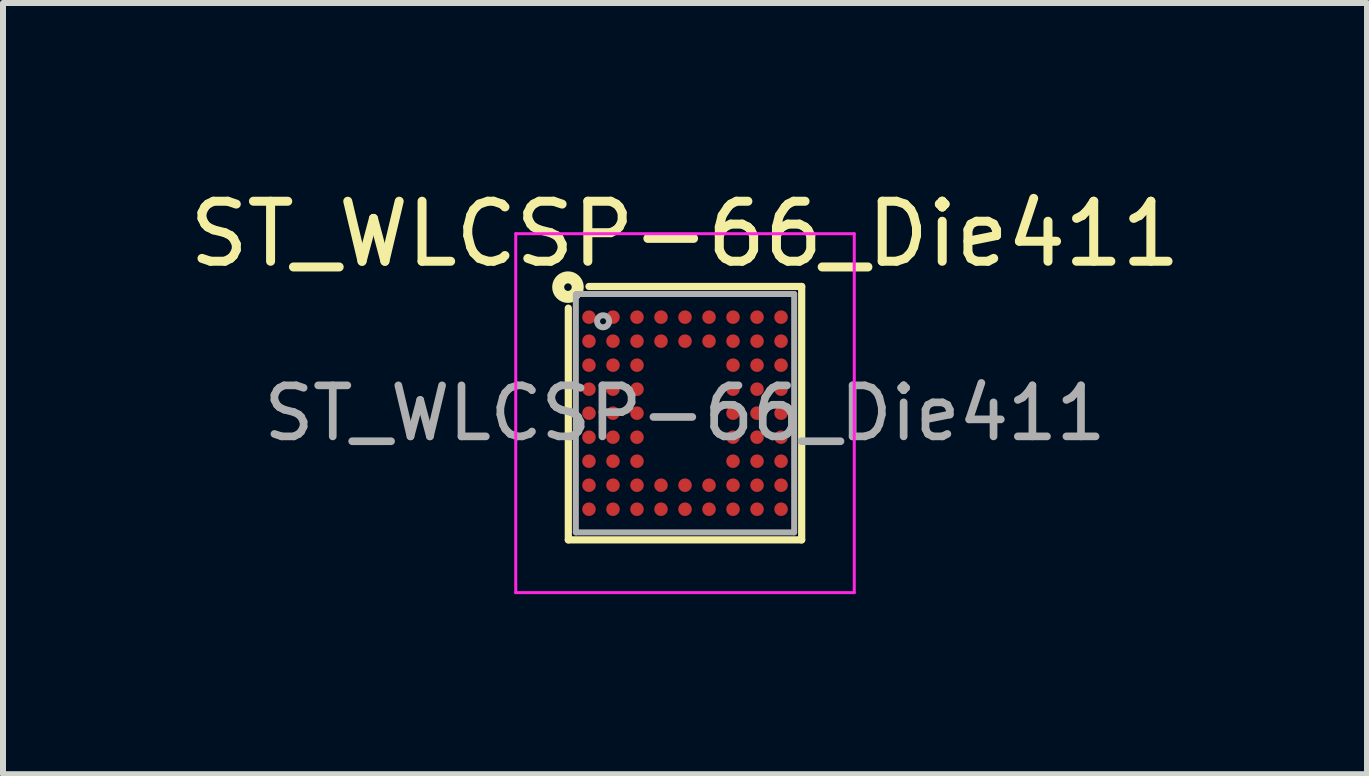
<source format=kicad_pcb>
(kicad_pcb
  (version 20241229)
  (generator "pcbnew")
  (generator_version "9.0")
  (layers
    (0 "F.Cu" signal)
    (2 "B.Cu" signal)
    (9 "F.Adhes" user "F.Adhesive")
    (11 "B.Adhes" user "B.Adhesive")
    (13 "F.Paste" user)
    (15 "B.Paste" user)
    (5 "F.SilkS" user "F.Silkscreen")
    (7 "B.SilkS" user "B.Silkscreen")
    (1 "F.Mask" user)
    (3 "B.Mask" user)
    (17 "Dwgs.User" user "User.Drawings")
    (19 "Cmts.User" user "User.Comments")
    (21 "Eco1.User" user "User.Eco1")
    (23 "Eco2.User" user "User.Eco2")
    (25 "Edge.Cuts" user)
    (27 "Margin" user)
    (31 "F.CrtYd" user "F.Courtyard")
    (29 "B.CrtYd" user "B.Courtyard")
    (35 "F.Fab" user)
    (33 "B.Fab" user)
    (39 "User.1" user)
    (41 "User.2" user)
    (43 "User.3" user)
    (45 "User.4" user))
  (footprint "ST_WLCSP-66_Die411"
    (layer "F.Cu")
    (at 8.363 3.834)
    (property "Reference" "ST_WLCSP-66_Die411" (at 0 -2.986 0) (layer "F.SilkS") (effects (font (size 1 1) (thickness 0.15))))
    (attr smd)
    (fp_line (start -1.944 2.111) (end -1.944 -1.75) (stroke (width 0.12) (type solid)) (layer "F.SilkS"))
    (fp_line (start -1.6 -2.111) (end 1.944 -2.111) (stroke (width 0.12) (type solid)) (layer "F.SilkS"))
    (fp_line (start 1.944 -2.111) (end 1.944 2.111) (stroke (width 0.12) (type solid)) (layer "F.SilkS"))
    (fp_line (start 1.944 2.111) (end -1.944 2.111) (stroke (width 0.12) (type solid)) (layer "F.SilkS"))
    (fp_circle (center -1.95 -2.1) (end -1.887 -2.1) (stroke (width 0.2) (type solid)) (fill no) (layer "F.SilkS"))
    (fp_line (start -2.82 -2.99) (end -2.82 2.99) (stroke (width 0.05) (type solid)) (layer "F.CrtYd"))
    (fp_line (start -2.82 2.99) (end 2.82 2.99) (stroke (width 0.05) (type solid)) (layer "F.CrtYd"))
    (fp_line (start 2.82 -2.99) (end -2.82 -2.99) (stroke (width 0.05) (type solid)) (layer "F.CrtYd"))
    (fp_line (start 2.82 2.99) (end 2.82 -2.99) (stroke (width 0.05) (type solid)) (layer "F.CrtYd"))
    (fp_line (start -1.819 1.986) (end -1.819 -1.98) (stroke (width 0.1) (type solid)) (layer "F.Fab"))
    (fp_line (start -1.81 -1.986) (end 1.819 -1.986) (stroke (width 0.1) (type solid)) (layer "F.Fab"))
    (fp_line (start 1.819 -1.986) (end 1.819 1.986) (stroke (width 0.1) (type solid)) (layer "F.Fab"))
    (fp_line (start 1.819 1.986) (end -1.819 1.986) (stroke (width 0.1) (type solid)) (layer "F.Fab"))
    (fp_circle (center -1.365 -1.531) (end -1.265 -1.531) (stroke (width 0.1) (type solid)) (fill no) (layer "F.Fab"))
    (fp_text user "${REFERENCE}" (at 0 0 0) (layer "F.Fab") (effects (font (size 0.85 0.85) (thickness 0.128))))
    (pad "A1" smd circle (at -1.6 -1.6) (size 0.225 0.225) (layers "F.Cu" "F.Mask" "F.Paste"))
    (pad "A2" smd circle (at -1.2 -1.6) (size 0.225 0.225) (layers "F.Cu" "F.Mask" "F.Paste"))
    (pad "A3" smd circle (at -0.8 -1.6) (size 0.225 0.225) (layers "F.Cu" "F.Mask" "F.Paste"))
    (pad "A4" smd circle (at -0.4 -1.6) (size 0.225 0.225) (layers "F.Cu" "F.Mask" "F.Paste"))
    (pad "A5" smd circle (at 0 -1.6) (size 0.225 0.225) (layers "F.Cu" "F.Mask" "F.Paste"))
    (pad "A6" smd circle (at 0.4 -1.6) (size 0.225 0.225) (layers "F.Cu" "F.Mask" "F.Paste"))
    (pad "A7" smd circle (at 0.8 -1.6) (size 0.225 0.225) (layers "F.Cu" "F.Mask" "F.Paste"))
    (pad "A8" smd circle (at 1.2 -1.6) (size 0.225 0.225) (layers "F.Cu" "F.Mask" "F.Paste"))
    (pad "A9" smd circle (at 1.6 -1.6) (size 0.225 0.225) (layers "F.Cu" "F.Mask" "F.Paste"))
    (pad "B1" smd circle (at -1.6 -1.2) (size 0.225 0.225) (layers "F.Cu" "F.Mask" "F.Paste"))
    (pad "B2" smd circle (at -1.2 -1.2) (size 0.225 0.225) (layers "F.Cu" "F.Mask" "F.Paste"))
    (pad "B3" smd circle (at -0.8 -1.2) (size 0.225 0.225) (layers "F.Cu" "F.Mask" "F.Paste"))
    (pad "B4" smd circle (at -0.4 -1.2) (size 0.225 0.225) (layers "F.Cu" "F.Mask" "F.Paste"))
    (pad "B5" smd circle (at 0 -1.2) (size 0.225 0.225) (layers "F.Cu" "F.Mask" "F.Paste"))
    (pad "B6" smd circle (at 0.4 -1.2) (size 0.225 0.225) (layers "F.Cu" "F.Mask" "F.Paste"))
    (pad "B7" smd circle (at 0.8 -1.2) (size 0.225 0.225) (layers "F.Cu" "F.Mask" "F.Paste"))
    (pad "B8" smd circle (at 1.2 -1.2) (size 0.225 0.225) (layers "F.Cu" "F.Mask" "F.Paste"))
    (pad "B9" smd circle (at 1.6 -1.2) (size 0.225 0.225) (layers "F.Cu" "F.Mask" "F.Paste"))
    (pad "C1" smd circle (at -1.6 -0.8) (size 0.225 0.225) (layers "F.Cu" "F.Mask" "F.Paste"))
    (pad "C2" smd circle (at -1.2 -0.8) (size 0.225 0.225) (layers "F.Cu" "F.Mask" "F.Paste"))
    (pad "C3" smd circle (at -0.8 -0.8) (size 0.225 0.225) (layers "F.Cu" "F.Mask" "F.Paste"))
    (pad "C7" smd circle (at 0.8 -0.8) (size 0.225 0.225) (layers "F.Cu" "F.Mask" "F.Paste"))
    (pad "C8" smd circle (at 1.2 -0.8) (size 0.225 0.225) (layers "F.Cu" "F.Mask" "F.Paste"))
    (pad "C9" smd circle (at 1.6 -0.8) (size 0.225 0.225) (layers "F.Cu" "F.Mask" "F.Paste"))
    (pad "D1" smd circle (at -1.6 -0.4) (size 0.225 0.225) (layers "F.Cu" "F.Mask" "F.Paste"))
    (pad "D2" smd circle (at -1.2 -0.4) (size 0.225 0.225) (layers "F.Cu" "F.Mask" "F.Paste"))
    (pad "D3" smd circle (at -0.8 -0.4) (size 0.225 0.225) (layers "F.Cu" "F.Mask" "F.Paste"))
    (pad "D7" smd circle (at 0.8 -0.4) (size 0.225 0.225) (layers "F.Cu" "F.Mask" "F.Paste"))
    (pad "D8" smd circle (at 1.2 -0.4) (size 0.225 0.225) (layers "F.Cu" "F.Mask" "F.Paste"))
    (pad "D9" smd circle (at 1.6 -0.4) (size 0.225 0.225) (layers "F.Cu" "F.Mask" "F.Paste"))
    (pad "E1" smd circle (at -1.6 0) (size 0.225 0.225) (layers "F.Cu" "F.Mask" "F.Paste"))
    (pad "E2" smd circle (at -1.2 0) (size 0.225 0.225) (layers "F.Cu" "F.Mask" "F.Paste"))
    (pad "E3" smd circle (at -0.8 0) (size 0.225 0.225) (layers "F.Cu" "F.Mask" "F.Paste"))
    (pad "E7" smd circle (at 0.8 0) (size 0.225 0.225) (layers "F.Cu" "F.Mask" "F.Paste"))
    (pad "E8" smd circle (at 1.2 0) (size 0.225 0.225) (layers "F.Cu" "F.Mask" "F.Paste"))
    (pad "E9" smd circle (at 1.6 0) (size 0.225 0.225) (layers "F.Cu" "F.Mask" "F.Paste"))
    (pad "F1" smd circle (at -1.6 0.4) (size 0.225 0.225) (layers "F.Cu" "F.Mask" "F.Paste"))
    (pad "F2" smd circle (at -1.2 0.4) (size 0.225 0.225) (layers "F.Cu" "F.Mask" "F.Paste"))
    (pad "F3" smd circle (at -0.8 0.4) (size 0.225 0.225) (layers "F.Cu" "F.Mask" "F.Paste"))
    (pad "F7" smd circle (at 0.8 0.4) (size 0.225 0.225) (layers "F.Cu" "F.Mask" "F.Paste"))
    (pad "F8" smd circle (at 1.2 0.4) (size 0.225 0.225) (layers "F.Cu" "F.Mask" "F.Paste"))
    (pad "F9" smd circle (at 1.6 0.4) (size 0.225 0.225) (layers "F.Cu" "F.Mask" "F.Paste"))
    (pad "G1" smd circle (at -1.6 0.8) (size 0.225 0.225) (layers "F.Cu" "F.Mask" "F.Paste"))
    (pad "G2" smd circle (at -1.2 0.8) (size 0.225 0.225) (layers "F.Cu" "F.Mask" "F.Paste"))
    (pad "G3" smd circle (at -0.8 0.8) (size 0.225 0.225) (layers "F.Cu" "F.Mask" "F.Paste"))
    (pad "G7" smd circle (at 0.8 0.8) (size 0.225 0.225) (layers "F.Cu" "F.Mask" "F.Paste"))
    (pad "G8" smd circle (at 1.2 0.8) (size 0.225 0.225) (layers "F.Cu" "F.Mask" "F.Paste"))
    (pad "G9" smd circle (at 1.6 0.8) (size 0.225 0.225) (layers "F.Cu" "F.Mask" "F.Paste"))
    (pad "H1" smd circle (at -1.6 1.2) (size 0.225 0.225) (layers "F.Cu" "F.Mask" "F.Paste"))
    (pad "H2" smd circle (at -1.2 1.2) (size 0.225 0.225) (layers "F.Cu" "F.Mask" "F.Paste"))
    (pad "H3" smd circle (at -0.8 1.2) (size 0.225 0.225) (layers "F.Cu" "F.Mask" "F.Paste"))
    (pad "H4" smd circle (at -0.4 1.2) (size 0.225 0.225) (layers "F.Cu" "F.Mask" "F.Paste"))
    (pad "H5" smd circle (at 0 1.2) (size 0.225 0.225) (layers "F.Cu" "F.Mask" "F.Paste"))
    (pad "H6" smd circle (at 0.4 1.2) (size 0.225 0.225) (layers "F.Cu" "F.Mask" "F.Paste"))
    (pad "H7" smd circle (at 0.8 1.2) (size 0.225 0.225) (layers "F.Cu" "F.Mask" "F.Paste"))
    (pad "H8" smd circle (at 1.2 1.2) (size 0.225 0.225) (layers "F.Cu" "F.Mask" "F.Paste"))
    (pad "H9" smd circle (at 1.6 1.2) (size 0.225 0.225) (layers "F.Cu" "F.Mask" "F.Paste"))
    (pad "J1" smd circle (at -1.6 1.6) (size 0.225 0.225) (layers "F.Cu" "F.Mask" "F.Paste"))
    (pad "J2" smd circle (at -1.2 1.6) (size 0.225 0.225) (layers "F.Cu" "F.Mask" "F.Paste"))
    (pad "J3" smd circle (at -0.8 1.6) (size 0.225 0.225) (layers "F.Cu" "F.Mask" "F.Paste"))
    (pad "J4" smd circle (at -0.4 1.6) (size 0.225 0.225) (layers "F.Cu" "F.Mask" "F.Paste"))
    (pad "J5" smd circle (at 0 1.6) (size 0.225 0.225) (layers "F.Cu" "F.Mask" "F.Paste"))
    (pad "J6" smd circle (at 0.4 1.6) (size 0.225 0.225) (layers "F.Cu" "F.Mask" "F.Paste"))
    (pad "J7" smd circle (at 0.8 1.6) (size 0.225 0.225) (layers "F.Cu" "F.Mask" "F.Paste"))
    (pad "J8" smd circle (at 1.2 1.6) (size 0.225 0.225) (layers "F.Cu" "F.Mask" "F.Paste"))
    (pad "J9" smd circle (at 1.6 1.6) (size 0.225 0.225) (layers "F.Cu" "F.Mask" "F.Paste")))
  (gr_rect
    (start -3 -3)
    (end 19.726 9.849)
    (stroke (width 0.1) (type default))
    (fill no)
    (layer "Edge.Cuts")))
</source>
